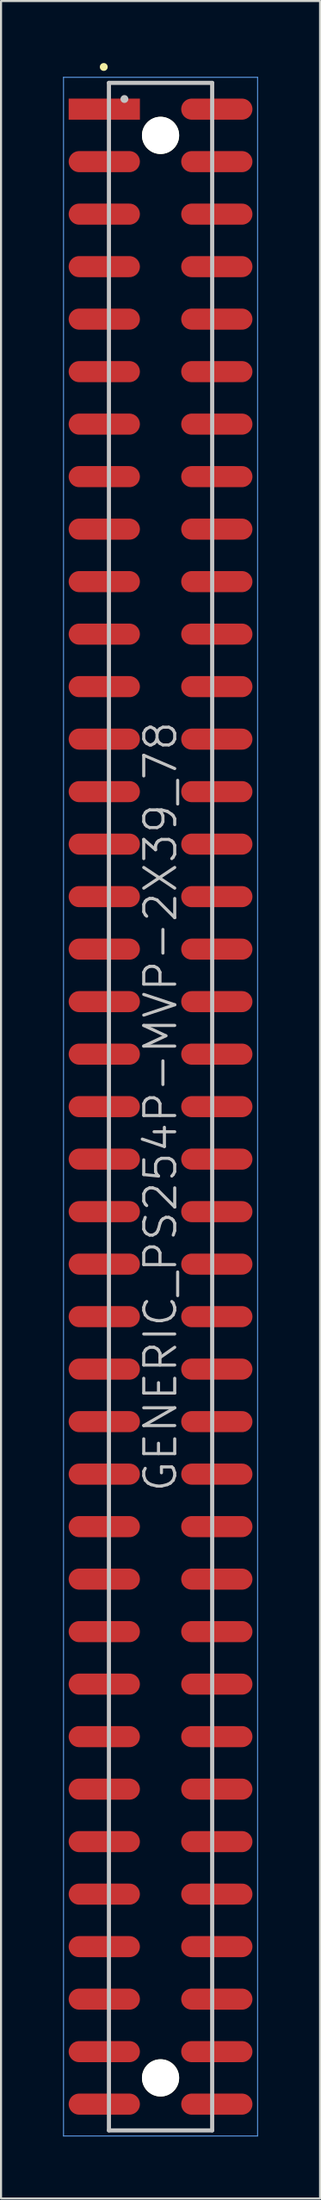
<source format=kicad_pcb>
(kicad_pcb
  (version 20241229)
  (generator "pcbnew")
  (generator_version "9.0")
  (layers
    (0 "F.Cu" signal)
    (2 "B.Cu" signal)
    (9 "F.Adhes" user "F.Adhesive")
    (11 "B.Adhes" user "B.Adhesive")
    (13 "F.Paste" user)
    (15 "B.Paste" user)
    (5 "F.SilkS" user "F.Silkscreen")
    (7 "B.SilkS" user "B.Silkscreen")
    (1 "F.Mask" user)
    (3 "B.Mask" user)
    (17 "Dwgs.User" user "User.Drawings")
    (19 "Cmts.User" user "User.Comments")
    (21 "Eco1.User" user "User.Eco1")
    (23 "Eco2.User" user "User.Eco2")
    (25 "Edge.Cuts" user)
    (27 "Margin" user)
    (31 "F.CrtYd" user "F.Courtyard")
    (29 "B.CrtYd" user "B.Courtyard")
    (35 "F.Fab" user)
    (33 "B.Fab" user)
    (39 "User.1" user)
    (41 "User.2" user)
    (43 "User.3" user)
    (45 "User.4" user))
  (footprint "GENERIC_PS254P-MVP-2X39_78"
    (layer "F.Cu")
    (at 4.725 50.49)
    (property "Reference" "GENERIC_PS254P-MVP-2X39_78" (at 0 0 90) (layer "Dwgs.User") (effects (font (size 1.5 1.5) (thickness 0.15))))
    (attr smd)
    (fp_line (start -2.75 -50.3) (end -2.75 -50.3) (stroke (width 0.381) (type solid)) (layer "F.SilkS"))
    (fp_line (start -2.5 -49.53) (end -2.5 49.53) (stroke (width 0.2) (type solid)) (layer "Dwgs.User"))
    (fp_line (start -2.5 -49.53) (end 2.5 -49.53) (stroke (width 0.2) (type solid)) (layer "Dwgs.User"))
    (fp_line (start -2.5 49.53) (end 2.5 49.53) (stroke (width 0.2) (type solid)) (layer "Dwgs.User"))
    (fp_line (start -1.75 -48.75) (end -1.75 -48.75) (stroke (width 0.381) (type solid)) (layer "Dwgs.User"))
    (fp_line (start 2.5 -49.53) (end 2.5 49.53) (stroke (width 0.2) (type solid)) (layer "Dwgs.User"))
    (fp_line (start -4.7 -49.8) (end -4.7 49.8) (stroke (width 0.05) (type solid)) (layer "Cmts.User"))
    (fp_line (start -4.7 -49.8) (end 4.7 -49.8) (stroke (width 0.05) (type solid)) (layer "Cmts.User"))
    (fp_line (start -4.7 49.8) (end 4.7 49.8) (stroke (width 0.05) (type solid)) (layer "Cmts.User"))
    (fp_line (start 4.7 -49.8) (end 4.7 49.8) (stroke (width 0.05) (type solid)) (layer "Cmts.User"))
    (pad "" np_thru_hole circle (at 0 -46.99 270) (size 1.8 1.8) (drill 1.8) (layers "*.Cu" "*.Mask" "F.SilkS"))
    (pad "" np_thru_hole circle (at 0 46.99 270) (size 1.8 1.8) (drill 1.8) (layers "*.Cu" "*.Mask" "F.SilkS"))
    (pad "1" smd rect (at -2.725 -48.26 270) (size 1.02 3.45) (layers "F.Cu" "F.Mask" "F.Paste"))
    (pad "2" smd oval (at 2.725 -48.26 270) (size 1.02 3.45) (layers "F.Cu" "F.Mask" "F.Paste"))
    (pad "3" smd oval (at -2.725 -45.72 270) (size 1.02 3.45) (layers "F.Cu" "F.Mask" "F.Paste"))
    (pad "4" smd oval (at 2.725 -45.72 270) (size 1.02 3.45) (layers "F.Cu" "F.Mask" "F.Paste"))
    (pad "5" smd oval (at -2.725 -43.18 270) (size 1.02 3.45) (layers "F.Cu" "F.Mask" "F.Paste"))
    (pad "6" smd oval (at 2.725 -43.18 270) (size 1.02 3.45) (layers "F.Cu" "F.Mask" "F.Paste"))
    (pad "7" smd oval (at -2.725 -40.64 270) (size 1.02 3.45) (layers "F.Cu" "F.Mask" "F.Paste"))
    (pad "8" smd oval (at 2.725 -40.64 270) (size 1.02 3.45) (layers "F.Cu" "F.Mask" "F.Paste"))
    (pad "9" smd oval (at -2.725 -38.1 270) (size 1.02 3.45) (layers "F.Cu" "F.Mask" "F.Paste"))
    (pad "10" smd oval (at 2.725 -38.1 270) (size 1.02 3.45) (layers "F.Cu" "F.Mask" "F.Paste"))
    (pad "11" smd oval (at -2.725 -35.56 270) (size 1.02 3.45) (layers "F.Cu" "F.Mask" "F.Paste"))
    (pad "12" smd oval (at 2.725 -35.56 270) (size 1.02 3.45) (layers "F.Cu" "F.Mask" "F.Paste"))
    (pad "13" smd oval (at -2.725 -33.02 270) (size 1.02 3.45) (layers "F.Cu" "F.Mask" "F.Paste"))
    (pad "14" smd oval (at 2.725 -33.02 270) (size 1.02 3.45) (layers "F.Cu" "F.Mask" "F.Paste"))
    (pad "15" smd oval (at -2.725 -30.48 270) (size 1.02 3.45) (layers "F.Cu" "F.Mask" "F.Paste"))
    (pad "16" smd oval (at 2.725 -30.48 270) (size 1.02 3.45) (layers "F.Cu" "F.Mask" "F.Paste"))
    (pad "17" smd oval (at -2.725 -27.94 270) (size 1.02 3.45) (layers "F.Cu" "F.Mask" "F.Paste"))
    (pad "18" smd oval (at 2.725 -27.94 270) (size 1.02 3.45) (layers "F.Cu" "F.Mask" "F.Paste"))
    (pad "19" smd oval (at -2.725 -25.4 270) (size 1.02 3.45) (layers "F.Cu" "F.Mask" "F.Paste"))
    (pad "20" smd oval (at 2.725 -25.4 270) (size 1.02 3.45) (layers "F.Cu" "F.Mask" "F.Paste"))
    (pad "21" smd oval (at -2.725 -22.86 270) (size 1.02 3.45) (layers "F.Cu" "F.Mask" "F.Paste"))
    (pad "22" smd oval (at 2.725 -22.86 270) (size 1.02 3.45) (layers "F.Cu" "F.Mask" "F.Paste"))
    (pad "23" smd oval (at -2.725 -20.32 270) (size 1.02 3.45) (layers "F.Cu" "F.Mask" "F.Paste"))
    (pad "24" smd oval (at 2.725 -20.32 270) (size 1.02 3.45) (layers "F.Cu" "F.Mask" "F.Paste"))
    (pad "25" smd oval (at -2.725 -17.78 270) (size 1.02 3.45) (layers "F.Cu" "F.Mask" "F.Paste"))
    (pad "26" smd oval (at 2.725 -17.78 270) (size 1.02 3.45) (layers "F.Cu" "F.Mask" "F.Paste"))
    (pad "27" smd oval (at -2.725 -15.24 270) (size 1.02 3.45) (layers "F.Cu" "F.Mask" "F.Paste"))
    (pad "28" smd oval (at 2.725 -15.24 270) (size 1.02 3.45) (layers "F.Cu" "F.Mask" "F.Paste"))
    (pad "29" smd oval (at -2.725 -12.7 270) (size 1.02 3.45) (layers "F.Cu" "F.Mask" "F.Paste"))
    (pad "30" smd oval (at 2.725 -12.7 270) (size 1.02 3.45) (layers "F.Cu" "F.Mask" "F.Paste"))
    (pad "31" smd oval (at -2.725 -10.16 270) (size 1.02 3.45) (layers "F.Cu" "F.Mask" "F.Paste"))
    (pad "32" smd oval (at 2.725 -10.16 270) (size 1.02 3.45) (layers "F.Cu" "F.Mask" "F.Paste"))
    (pad "33" smd oval (at -2.725 -7.62 270) (size 1.02 3.45) (layers "F.Cu" "F.Mask" "F.Paste"))
    (pad "34" smd oval (at 2.725 -7.62 270) (size 1.02 3.45) (layers "F.Cu" "F.Mask" "F.Paste"))
    (pad "35" smd oval (at -2.725 -5.08 270) (size 1.02 3.45) (layers "F.Cu" "F.Mask" "F.Paste"))
    (pad "36" smd oval (at 2.725 -5.08 270) (size 1.02 3.45) (layers "F.Cu" "F.Mask" "F.Paste"))
    (pad "37" smd oval (at -2.725 -2.54 270) (size 1.02 3.45) (layers "F.Cu" "F.Mask" "F.Paste"))
    (pad "38" smd oval (at 2.725 -2.54 270) (size 1.02 3.45) (layers "F.Cu" "F.Mask" "F.Paste"))
    (pad "39" smd oval (at -2.725 0 270) (size 1.02 3.45) (layers "F.Cu" "F.Mask" "F.Paste"))
    (pad "40" smd oval (at 2.725 0 270) (size 1.02 3.45) (layers "F.Cu" "F.Mask" "F.Paste"))
    (pad "41" smd oval (at -2.725 2.54 270) (size 1.02 3.45) (layers "F.Cu" "F.Mask" "F.Paste"))
    (pad "42" smd oval (at 2.725 2.54 270) (size 1.02 3.45) (layers "F.Cu" "F.Mask" "F.Paste"))
    (pad "43" smd oval (at -2.725 5.08 270) (size 1.02 3.45) (layers "F.Cu" "F.Mask" "F.Paste"))
    (pad "44" smd oval (at 2.725 5.08 270) (size 1.02 3.45) (layers "F.Cu" "F.Mask" "F.Paste"))
    (pad "45" smd oval (at -2.725 7.62 270) (size 1.02 3.45) (layers "F.Cu" "F.Mask" "F.Paste"))
    (pad "46" smd oval (at 2.725 7.62 270) (size 1.02 3.45) (layers "F.Cu" "F.Mask" "F.Paste"))
    (pad "47" smd oval (at -2.725 10.16 270) (size 1.02 3.45) (layers "F.Cu" "F.Mask" "F.Paste"))
    (pad "48" smd oval (at 2.725 10.16 270) (size 1.02 3.45) (layers "F.Cu" "F.Mask" "F.Paste"))
    (pad "49" smd oval (at -2.725 12.7 270) (size 1.02 3.45) (layers "F.Cu" "F.Mask" "F.Paste"))
    (pad "50" smd oval (at 2.725 12.7 270) (size 1.02 3.45) (layers "F.Cu" "F.Mask" "F.Paste"))
    (pad "51" smd oval (at -2.725 15.24 270) (size 1.02 3.45) (layers "F.Cu" "F.Mask" "F.Paste"))
    (pad "52" smd oval (at 2.725 15.24 270) (size 1.02 3.45) (layers "F.Cu" "F.Mask" "F.Paste"))
    (pad "53" smd oval (at -2.725 17.78 270) (size 1.02 3.45) (layers "F.Cu" "F.Mask" "F.Paste"))
    (pad "54" smd oval (at 2.725 17.78 270) (size 1.02 3.45) (layers "F.Cu" "F.Mask" "F.Paste"))
    (pad "55" smd oval (at -2.725 20.32 270) (size 1.02 3.45) (layers "F.Cu" "F.Mask" "F.Paste"))
    (pad "56" smd oval (at 2.725 20.32 270) (size 1.02 3.45) (layers "F.Cu" "F.Mask" "F.Paste"))
    (pad "57" smd oval (at -2.725 22.86 270) (size 1.02 3.45) (layers "F.Cu" "F.Mask" "F.Paste"))
    (pad "58" smd oval (at 2.725 22.86 270) (size 1.02 3.45) (layers "F.Cu" "F.Mask" "F.Paste"))
    (pad "59" smd oval (at -2.725 25.4 270) (size 1.02 3.45) (layers "F.Cu" "F.Mask" "F.Paste"))
    (pad "60" smd oval (at 2.725 25.4 270) (size 1.02 3.45) (layers "F.Cu" "F.Mask" "F.Paste"))
    (pad "61" smd oval (at -2.725 27.94 270) (size 1.02 3.45) (layers "F.Cu" "F.Mask" "F.Paste"))
    (pad "62" smd oval (at 2.725 27.94 270) (size 1.02 3.45) (layers "F.Cu" "F.Mask" "F.Paste"))
    (pad "63" smd oval (at -2.725 30.48 270) (size 1.02 3.45) (layers "F.Cu" "F.Mask" "F.Paste"))
    (pad "64" smd oval (at 2.725 30.48 270) (size 1.02 3.45) (layers "F.Cu" "F.Mask" "F.Paste"))
    (pad "65" smd oval (at -2.725 33.02 270) (size 1.02 3.45) (layers "F.Cu" "F.Mask" "F.Paste"))
    (pad "66" smd oval (at 2.725 33.02 270) (size 1.02 3.45) (layers "F.Cu" "F.Mask" "F.Paste"))
    (pad "67" smd oval (at -2.725 35.56 270) (size 1.02 3.45) (layers "F.Cu" "F.Mask" "F.Paste"))
    (pad "68" smd oval (at 2.725 35.56 270) (size 1.02 3.45) (layers "F.Cu" "F.Mask" "F.Paste"))
    (pad "69" smd oval (at -2.725 38.1 270) (size 1.02 3.45) (layers "F.Cu" "F.Mask" "F.Paste"))
    (pad "70" smd oval (at 2.725 38.1 270) (size 1.02 3.45) (layers "F.Cu" "F.Mask" "F.Paste"))
    (pad "71" smd oval (at -2.725 40.64 270) (size 1.02 3.45) (layers "F.Cu" "F.Mask" "F.Paste"))
    (pad "72" smd oval (at 2.725 40.64 270) (size 1.02 3.45) (layers "F.Cu" "F.Mask" "F.Paste"))
    (pad "73" smd oval (at -2.725 43.18 270) (size 1.02 3.45) (layers "F.Cu" "F.Mask" "F.Paste"))
    (pad "74" smd oval (at 2.725 43.18 270) (size 1.02 3.45) (layers "F.Cu" "F.Mask" "F.Paste"))
    (pad "75" smd oval (at -2.725 45.72 270) (size 1.02 3.45) (layers "F.Cu" "F.Mask" "F.Paste"))
    (pad "76" smd oval (at 2.725 45.72 270) (size 1.02 3.45) (layers "F.Cu" "F.Mask" "F.Paste"))
    (pad "77" smd oval (at -2.725 48.26 270) (size 1.02 3.45) (layers "F.Cu" "F.Mask" "F.Paste"))
    (pad "78" smd oval (at 2.725 48.26 270) (size 1.02 3.45) (layers "F.Cu" "F.Mask" "F.Paste")))
  (gr_rect
    (start -3 -3)
    (end 12.45 103.316)
    (stroke (width 0.1) (type default))
    (fill no)
    (layer "Edge.Cuts")))
</source>
